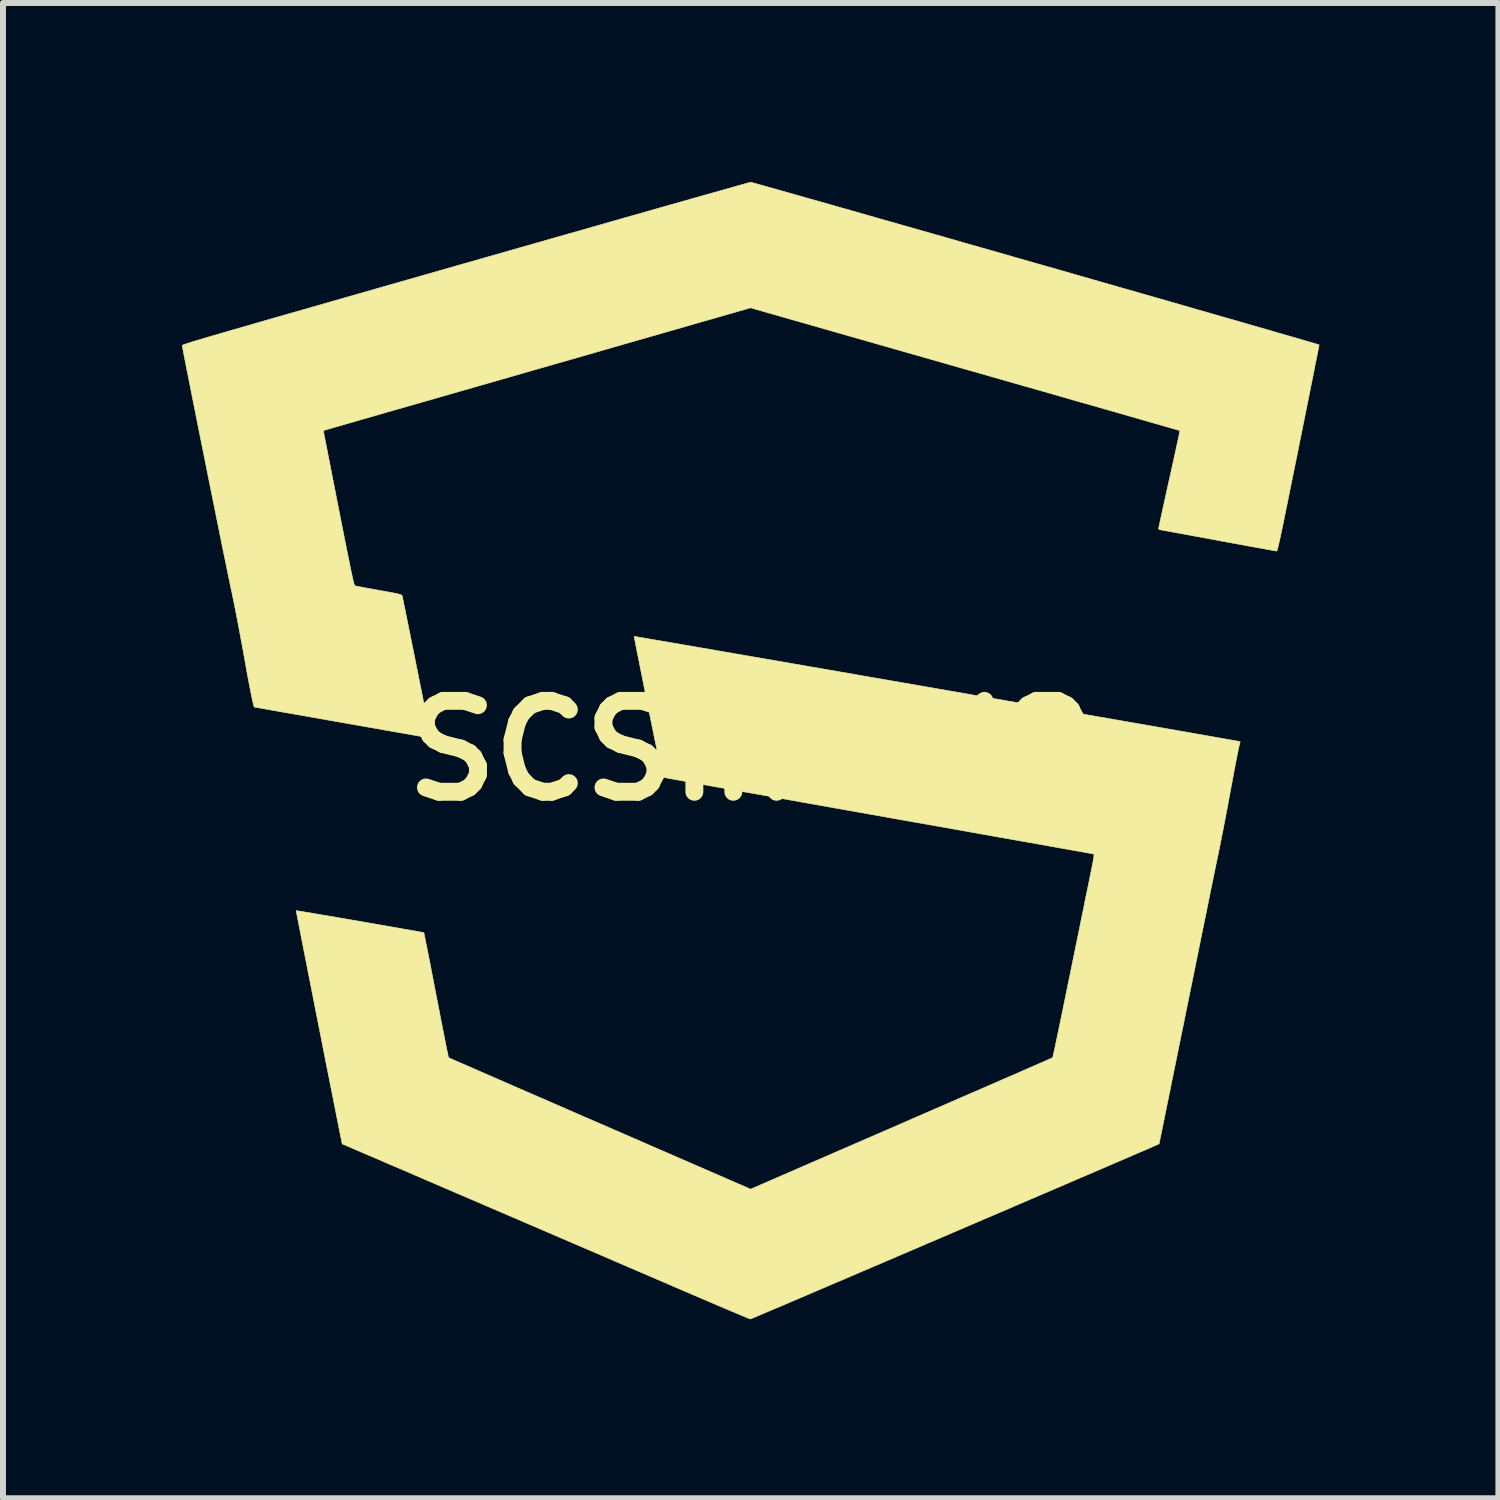
<source format=kicad_pcb>
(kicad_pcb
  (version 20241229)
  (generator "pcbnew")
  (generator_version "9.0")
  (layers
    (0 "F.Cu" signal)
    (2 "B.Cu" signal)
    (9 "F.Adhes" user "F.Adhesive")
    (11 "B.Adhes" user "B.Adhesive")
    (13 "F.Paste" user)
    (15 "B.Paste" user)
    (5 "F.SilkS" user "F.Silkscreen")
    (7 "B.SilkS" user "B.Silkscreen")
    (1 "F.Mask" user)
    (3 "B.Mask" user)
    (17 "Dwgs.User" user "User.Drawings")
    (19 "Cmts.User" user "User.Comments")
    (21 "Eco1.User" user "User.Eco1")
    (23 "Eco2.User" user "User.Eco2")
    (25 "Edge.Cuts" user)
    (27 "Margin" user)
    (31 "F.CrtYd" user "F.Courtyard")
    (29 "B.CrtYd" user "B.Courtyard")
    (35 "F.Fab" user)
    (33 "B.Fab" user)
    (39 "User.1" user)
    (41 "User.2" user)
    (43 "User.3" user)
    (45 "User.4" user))
  (footprint "SCShield2"
    (layer "F.Cu")
    (at 9.534 9.534)
    (property "Reference" "SCShield2" (at 0 0 0) (layer "F.SilkS") (effects (font (size 1.524 1.524) (thickness 0.3))))
    (attr through_hole)
    (fp_poly (pts (xy 1.193 -5.409) (xy 1.359 -5.362) (xy 1.543 -5.31) (xy 1.741 -5.254) (xy 1.952 -5.195) (xy 2.171 -5.133) (xy 2.397 -5.069) (xy 2.627 -5.004) (xy 2.858 -4.939) (xy 3.086 -4.874) (xy 3.31 -4.811) (xy 3.527 -4.749) (xy 3.733 -4.691) (xy 3.854 -4.657) (xy 4.025 -4.609) (xy 4.191 -4.562) (xy 4.35 -4.517) (xy 4.501 -4.474) (xy 4.644 -4.433) (xy 4.776 -4.395) (xy 4.897 -4.361) (xy 5.005 -4.33) (xy 5.1 -4.302) (xy 5.18 -4.279) (xy 5.244 -4.26) (xy 5.291 -4.246) (xy 5.32 -4.237) (xy 5.33 -4.234) (xy 5.329 -4.223) (xy 5.324 -4.193) (xy 5.315 -4.145) (xy 5.303 -4.081) (xy 5.289 -4.002) (xy 5.271 -3.91) (xy 5.251 -3.807) (xy 5.23 -3.693) (xy 5.206 -3.571) (xy 5.181 -3.442) (xy 5.155 -3.308) (xy 5.128 -3.169) (xy 5.1 -3.028) (xy 5.072 -2.886) (xy 5.044 -2.745) (xy 5.017 -2.606) (xy 4.99 -2.47) (xy 4.964 -2.34) (xy 4.939 -2.217) (xy 4.916 -2.101) (xy 4.895 -1.996) (xy 4.875 -1.901) (xy 4.859 -1.82) (xy 4.845 -1.753) (xy 4.834 -1.702) (xy 4.826 -1.668) (xy 4.822 -1.653) (xy 4.822 -1.653) (xy 4.811 -1.654) (xy 4.782 -1.659) (xy 4.735 -1.667) (xy 4.672 -1.678) (xy 4.596 -1.692) (xy 4.507 -1.708) (xy 4.408 -1.726) (xy 4.301 -1.745) (xy 4.186 -1.766) (xy 4.067 -1.788) (xy 3.944 -1.81) (xy 3.819 -1.833) (xy 3.694 -1.856) (xy 3.572 -1.879) (xy 3.453 -1.901) (xy 3.339 -1.922) (xy 3.232 -1.941) (xy 3.134 -1.96) (xy 3.047 -1.976) (xy 2.971 -1.99) (xy 2.91 -2.002) (xy 2.865 -2.011) (xy 2.837 -2.016) (xy 2.828 -2.018) (xy 2.83 -2.029) (xy 2.836 -2.058) (xy 2.846 -2.103) (xy 2.859 -2.161) (xy 2.875 -2.231) (xy 2.893 -2.311) (xy 2.914 -2.397) (xy 2.916 -2.405) (xy 2.936 -2.491) (xy 2.955 -2.571) (xy 2.971 -2.642) (xy 2.985 -2.702) (xy 2.995 -2.748) (xy 3.002 -2.778) (xy 3.004 -2.791) (xy 3.004 -2.791) (xy 2.994 -2.794) (xy 2.964 -2.803) (xy 2.917 -2.817) (xy 2.852 -2.836) (xy 2.772 -2.86) (xy 2.677 -2.888) (xy 2.568 -2.919) (xy 2.447 -2.955) (xy 2.315 -2.994) (xy 2.172 -3.036) (xy 2.02 -3.08) (xy 1.86 -3.127) (xy 1.694 -3.176) (xy 1.521 -3.226) (xy 1.501 -3.233) (xy -0.000378 -3.672) (xy -1.48 -3.233) (xy -1.652 -3.183) (xy -1.818 -3.133) (xy -1.977 -3.086) (xy -2.129 -3.041) (xy -2.271 -2.999) (xy -2.404 -2.959) (xy -2.525 -2.923) (xy -2.634 -2.891) (xy -2.73 -2.863) (xy -2.811 -2.839) (xy -2.876 -2.819) (xy -2.924 -2.805) (xy -2.955 -2.796) (xy -2.966 -2.793) (xy -2.966 -2.792) (xy -2.964 -2.782) (xy -2.959 -2.752) (xy -2.951 -2.704) (xy -2.939 -2.639) (xy -2.923 -2.558) (xy -2.905 -2.463) (xy -2.884 -2.355) (xy -2.861 -2.235) (xy -2.836 -2.104) (xy -2.809 -1.964) (xy -2.78 -1.817) (xy -2.749 -1.662) (xy -2.73 -1.562) (xy -2.696 -1.389) (xy -2.658 -1.199) (xy -2.618 -0.994) (xy -2.575 -0.777) (xy -2.53 -0.551) (xy -2.484 -0.318) (xy -2.438 -0.082) (xy -2.391 0.154) (xy -2.345 0.387) (xy -2.3 0.615) (xy -2.257 0.835) (xy -2.216 1.043) (xy -2.197 1.137) (xy -2.163 1.31) (xy -2.13 1.477) (xy -2.098 1.637) (xy -2.068 1.79) (xy -2.039 1.933) (xy -2.013 2.065) (xy -1.989 2.186) (xy -1.967 2.294) (xy -1.949 2.388) (xy -1.933 2.467) (xy -1.92 2.53) (xy -1.911 2.575) (xy -1.905 2.602) (xy -1.904 2.609) (xy -1.892 2.614) (xy -1.863 2.627) (xy -1.818 2.646) (xy -1.758 2.672) (xy -1.685 2.703) (xy -1.601 2.738) (xy -1.507 2.778) (xy -1.405 2.821) (xy -1.297 2.867) (xy -1.184 2.915) (xy -1.067 2.964) (xy -0.949 3.013) (xy -0.831 3.063) (xy -0.715 3.112) (xy -0.602 3.159) (xy -0.494 3.204) (xy -0.392 3.247) (xy -0.299 3.286) (xy -0.215 3.321) (xy -0.143 3.351) (xy -0.083 3.375) (xy -0.039 3.394) (xy -0.011 3.405) (xy -0.000245 3.409) (xy 0.012 3.405) (xy 0.042 3.393) (xy 0.088 3.375) (xy 0.149 3.35) (xy 0.222 3.319) (xy 0.307 3.284) (xy 0.401 3.244) (xy 0.504 3.201) (xy 0.613 3.155) (xy 0.726 3.107) (xy 0.843 3.058) (xy 0.961 3.007) (xy 1.079 2.957) (xy 1.195 2.908) (xy 1.308 2.859) (xy 1.415 2.813) (xy 1.516 2.77) (xy 1.609 2.73) (xy 1.692 2.694) (xy 1.763 2.663) (xy 1.821 2.637) (xy 1.865 2.618) (xy 1.892 2.605) (xy 1.901 2.6) (xy 1.905 2.587) (xy 1.913 2.555) (xy 1.923 2.508) (xy 1.935 2.449) (xy 1.949 2.38) (xy 1.963 2.305) (xy 1.963 2.304) (xy 1.979 2.22) (xy 1.991 2.155) (xy 2.001 2.105) (xy 2.01 2.07) (xy 2.016 2.046) (xy 2.022 2.032) (xy 2.028 2.025) (xy 2.035 2.023) (xy 2.037 2.022) (xy 2.052 2.024) (xy 2.086 2.029) (xy 2.136 2.037) (xy 2.202 2.048) (xy 2.282 2.061) (xy 2.373 2.075) (xy 2.474 2.092) (xy 2.583 2.11) (xy 2.699 2.129) (xy 2.819 2.15) (xy 2.943 2.17) (xy 3.067 2.191) (xy 3.191 2.212) (xy 3.312 2.232) (xy 3.43 2.252) (xy 3.541 2.271) (xy 3.645 2.289) (xy 3.739 2.305) (xy 3.822 2.32) (xy 3.892 2.332) (xy 3.947 2.342) (xy 3.986 2.349) (xy 4.006 2.353) (xy 4.009 2.354) (xy 4.008 2.365) (xy 4.003 2.395) (xy 3.995 2.442) (xy 3.983 2.503) (xy 3.969 2.578) (xy 3.953 2.664) (xy 3.935 2.76) (xy 3.915 2.862) (xy 3.894 2.97) (xy 3.872 3.082) (xy 3.85 3.195) (xy 3.827 3.308) (xy 3.805 3.419) (xy 3.784 3.525) (xy 3.764 3.626) (xy 3.745 3.718) (xy 3.728 3.8) (xy 3.714 3.871) (xy 3.702 3.928) (xy 3.693 3.969) (xy 3.687 3.993) (xy 3.685 3.997) (xy 3.676 4.007) (xy 3.654 4.02) (xy 3.617 4.039) (xy 3.565 4.064) (xy 3.496 4.095) (xy 3.409 4.133) (xy 3.366 4.152) (xy 3.32 4.172) (xy 3.256 4.199) (xy 3.176 4.234) (xy 3.08 4.275) (xy 2.97 4.322) (xy 2.847 4.375) (xy 2.713 4.433) (xy 2.569 4.495) (xy 2.416 4.56) (xy 2.256 4.629) (xy 2.089 4.701) (xy 1.919 4.774) (xy 1.745 4.849) (xy 1.568 4.925) (xy 1.535 4.939) (xy 1.365 5.012) (xy 1.199 5.083) (xy 1.041 5.152) (xy 0.889 5.217) (xy 0.746 5.279) (xy 0.612 5.336) (xy 0.489 5.389) (xy 0.377 5.437) (xy 0.278 5.479) (xy 0.193 5.516) (xy 0.122 5.546) (xy 0.067 5.57) (xy 0.029 5.586) (xy 0.008 5.595) (xy 0.005 5.596) (xy -0.005 5.592) (xy -0.034 5.58) (xy -0.081 5.561) (xy -0.144 5.534) (xy -0.223 5.501) (xy -0.316 5.461) (xy -0.423 5.415) (xy -0.543 5.363) (xy -0.674 5.307) (xy -0.817 5.245) (xy -0.969 5.18) (xy -1.129 5.11) (xy -1.298 5.037) (xy -1.474 4.961) (xy -1.656 4.882) (xy -1.816 4.812) (xy -2.002 4.731) (xy -2.183 4.652) (xy -2.358 4.576) (xy -2.526 4.503) (xy -2.686 4.433) (xy -2.836 4.368) (xy -2.977 4.306) (xy -3.107 4.25) (xy -3.225 4.198) (xy -3.331 4.152) (xy -3.422 4.112) (xy -3.499 4.078) (xy -3.56 4.051) (xy -3.604 4.032) (xy -3.631 4.02) (xy -3.639 4.016) (xy -3.643 4.005) (xy -3.65 3.974) (xy -3.662 3.925) (xy -3.676 3.86) (xy -3.693 3.781) (xy -3.713 3.687) (xy -3.735 3.582) (xy -3.759 3.466) (xy -3.784 3.342) (xy -3.811 3.209) (xy -3.839 3.071) (xy -3.842 3.055) (xy -3.86 2.963) (xy -3.88 2.866) (xy -3.901 2.762) (xy -3.923 2.651) (xy -3.947 2.531) (xy -3.972 2.404) (xy -4 2.267) (xy -4.029 2.121) (xy -4.06 1.965) (xy -4.094 1.798) (xy -4.13 1.621) (xy -4.168 1.431) (xy -4.208 1.229) (xy -4.251 1.015) (xy -4.297 0.787) (xy -4.345 0.545) (xy -4.397 0.289) (xy -4.451 0.018) (xy -4.509 -0.268) (xy -4.57 -0.571) (xy -4.634 -0.89) (xy -4.701 -1.226) (xy -4.772 -1.58) (xy -4.847 -1.952) (xy -4.926 -2.343) (xy -5.008 -2.754) (xy -5.095 -3.184) (xy -5.151 -3.467) (xy -5.176 -3.591) (xy -5.2 -3.709) (xy -5.221 -3.819) (xy -5.241 -3.919) (xy -5.258 -4.009) (xy -5.272 -4.086) (xy -5.283 -4.149) (xy -5.292 -4.196) (xy -5.296 -4.225) (xy -5.297 -4.236) (xy -5.285 -4.24) (xy -5.255 -4.25) (xy -5.211 -4.263) (xy -5.155 -4.28) (xy -5.09 -4.298) (xy -5.034 -4.314) (xy -5.001 -4.324) (xy -4.947 -4.339) (xy -4.876 -4.359) (xy -4.787 -4.384) (xy -4.682 -4.414) (xy -4.562 -4.448) (xy -4.427 -4.486) (xy -4.279 -4.529) (xy -4.119 -4.574) (xy -3.948 -4.623) (xy -3.767 -4.674) (xy -3.576 -4.729) (xy -3.377 -4.785) (xy -3.172 -4.844) (xy -2.96 -4.904) (xy -2.743 -4.966) (xy -2.522 -5.029) (xy -2.39 -5.066) (xy -0.001 -5.747) (xy 1.193 -5.409)) (stroke (width 0.01) (type solid)) (fill yes) (layer "F.Mask"))
    (fp_poly (pts (xy 0.012 -9.526) (xy 0.044 -9.518) (xy 0.095 -9.504) (xy 0.163 -9.485) (xy 0.249 -9.461) (xy 0.351 -9.432) (xy 0.469 -9.399) (xy 0.602 -9.361) (xy 0.749 -9.32) (xy 0.909 -9.274) (xy 1.082 -9.225) (xy 1.267 -9.173) (xy 1.462 -9.117) (xy 1.668 -9.059) (xy 1.884 -8.997) (xy 2.108 -8.933) (xy 2.34 -8.867) (xy 2.58 -8.799) (xy 2.826 -8.729) (xy 3.077 -8.657) (xy 3.334 -8.584) (xy 3.594 -8.509) (xy 3.858 -8.434) (xy 4.125 -8.358) (xy 4.393 -8.281) (xy 4.663 -8.204) (xy 4.932 -8.127) (xy 5.202 -8.05) (xy 5.47 -7.973) (xy 5.736 -7.897) (xy 5.999 -7.821) (xy 6.259 -7.747) (xy 6.514 -7.674) (xy 6.764 -7.602) (xy 7.009 -7.532) (xy 7.246 -7.464) (xy 7.477 -7.397) (xy 7.699 -7.334) (xy 7.912 -7.272) (xy 8.116 -7.214) (xy 8.309 -7.158) (xy 8.491 -7.106) (xy 8.661 -7.057) (xy 8.818 -7.011) (xy 8.961 -6.97) (xy 9.09 -6.932) (xy 9.205 -6.899) (xy 9.303 -6.87) (xy 9.384 -6.847) (xy 9.449 -6.828) (xy 9.495 -6.814) (xy 9.522 -6.805) (xy 9.53 -6.803) (xy 9.528 -6.791) (xy 9.522 -6.76) (xy 9.512 -6.711) (xy 9.499 -6.644) (xy 9.482 -6.56) (xy 9.462 -6.461) (xy 9.44 -6.348) (xy 9.415 -6.222) (xy 9.387 -6.084) (xy 9.357 -5.934) (xy 9.325 -5.775) (xy 9.291 -5.607) (xy 9.256 -5.432) (xy 9.219 -5.249) (xy 9.183 -5.069) (xy 9.137 -4.842) (xy 9.095 -4.636) (xy 9.057 -4.448) (xy 9.023 -4.279) (xy 8.992 -4.127) (xy 8.964 -3.991) (xy 8.94 -3.871) (xy 8.918 -3.766) (xy 8.899 -3.675) (xy 8.882 -3.597) (xy 8.868 -3.532) (xy 8.856 -3.478) (xy 8.846 -3.434) (xy 8.837 -3.4) (xy 8.831 -3.376) (xy 8.826 -3.359) (xy 8.822 -3.349) (xy 8.819 -3.346) (xy 8.819 -3.346) (xy 8.806 -3.348) (xy 8.774 -3.353) (xy 8.724 -3.362) (xy 8.658 -3.374) (xy 8.577 -3.389) (xy 8.482 -3.406) (xy 8.375 -3.425) (xy 8.258 -3.447) (xy 8.132 -3.47) (xy 7.999 -3.494) (xy 7.859 -3.52) (xy 7.83 -3.526) (xy 7.689 -3.552) (xy 7.554 -3.577) (xy 7.427 -3.6) (xy 7.309 -3.622) (xy 7.201 -3.642) (xy 7.104 -3.659) (xy 7.021 -3.675) (xy 6.952 -3.687) (xy 6.9 -3.697) (xy 6.865 -3.703) (xy 6.849 -3.706) (xy 6.849 -3.706) (xy 6.841 -3.714) (xy 6.84 -3.725) (xy 6.842 -3.738) (xy 6.848 -3.77) (xy 6.859 -3.819) (xy 6.873 -3.885) (xy 6.89 -3.964) (xy 6.91 -4.057) (xy 6.933 -4.16) (xy 6.958 -4.272) (xy 6.984 -4.393) (xy 7.012 -4.519) (xy 7.02 -4.552) (xy 7.048 -4.68) (xy 7.075 -4.801) (xy 7.1 -4.915) (xy 7.123 -5.019) (xy 7.143 -5.113) (xy 7.161 -5.194) (xy 7.175 -5.261) (xy 7.186 -5.313) (xy 7.193 -5.348) (xy 7.196 -5.364) (xy 7.196 -5.365) (xy 7.185 -5.368) (xy 7.156 -5.377) (xy 7.107 -5.391) (xy 7.04 -5.41) (xy 6.955 -5.435) (xy 6.854 -5.464) (xy 6.737 -5.497) (xy 6.604 -5.535) (xy 6.457 -5.578) (xy 6.296 -5.624) (xy 6.122 -5.674) (xy 5.936 -5.727) (xy 5.738 -5.784) (xy 5.529 -5.843) (xy 5.31 -5.906) (xy 5.081 -5.972) (xy 4.844 -6.04) (xy 4.598 -6.11) (xy 4.345 -6.182) (xy 4.086 -6.256) (xy 3.821 -6.332) (xy 3.595 -6.396) (xy -0.002 -7.424) (xy -0.242 -7.355) (xy -0.275 -7.345) (xy -0.329 -7.33) (xy -0.4 -7.31) (xy -0.488 -7.284) (xy -0.592 -7.254) (xy -0.712 -7.22) (xy -0.845 -7.182) (xy -0.991 -7.14) (xy -1.148 -7.094) (xy -1.317 -7.046) (xy -1.494 -6.995) (xy -1.68 -6.942) (xy -1.874 -6.886) (xy -2.074 -6.829) (xy -2.278 -6.77) (xy -2.487 -6.71) (xy -2.626 -6.67) (xy -2.991 -6.565) (xy -3.336 -6.466) (xy -3.662 -6.373) (xy -3.969 -6.284) (xy -4.258 -6.201) (xy -4.53 -6.123) (xy -4.784 -6.05) (xy -5.022 -5.982) (xy -5.243 -5.918) (xy -5.45 -5.859) (xy -5.641 -5.804) (xy -5.818 -5.753) (xy -5.981 -5.707) (xy -6.13 -5.664) (xy -6.267 -5.624) (xy -6.392 -5.588) (xy -6.505 -5.556) (xy -6.607 -5.527) (xy -6.698 -5.5) (xy -6.779 -5.477) (xy -6.851 -5.456) (xy -6.913 -5.438) (xy -6.967 -5.423) (xy -7.013 -5.409) (xy -7.052 -5.398) (xy -7.084 -5.389) (xy -7.11 -5.381) (xy -7.13 -5.375) (xy -7.145 -5.371) (xy -7.155 -5.368) (xy -7.161 -5.366) (xy -7.163 -5.365) (xy -7.163 -5.365) (xy -7.161 -5.355) (xy -7.156 -5.325) (xy -7.147 -5.276) (xy -7.134 -5.211) (xy -7.118 -5.13) (xy -7.099 -5.034) (xy -7.078 -4.925) (xy -7.054 -4.804) (xy -7.029 -4.673) (xy -7.001 -4.531) (xy -6.971 -4.382) (xy -6.941 -4.225) (xy -6.909 -4.066) (xy -6.872 -3.876) (xy -6.838 -3.704) (xy -6.808 -3.552) (xy -6.781 -3.417) (xy -6.757 -3.298) (xy -6.736 -3.195) (xy -6.718 -3.106) (xy -6.703 -3.031) (xy -6.689 -2.967) (xy -6.678 -2.915) (xy -6.669 -2.872) (xy -6.66 -2.839) (xy -6.654 -2.813) (xy -6.648 -2.794) (xy -6.643 -2.781) (xy -6.639 -2.772) (xy -6.635 -2.767) (xy -6.631 -2.764) (xy -6.627 -2.762) (xy -6.611 -2.759) (xy -6.577 -2.752) (xy -6.526 -2.742) (xy -6.463 -2.73) (xy -6.389 -2.717) (xy -6.307 -2.702) (xy -6.227 -2.687) (xy -6.127 -2.67) (xy -6.047 -2.655) (xy -5.983 -2.643) (xy -5.934 -2.633) (xy -5.898 -2.624) (xy -5.873 -2.617) (xy -5.857 -2.611) (xy -5.848 -2.605) (xy -5.843 -2.599) (xy -5.843 -2.599) (xy -5.84 -2.587) (xy -5.833 -2.555) (xy -5.823 -2.505) (xy -5.81 -2.44) (xy -5.793 -2.36) (xy -5.775 -2.268) (xy -5.754 -2.165) (xy -5.731 -2.052) (xy -5.706 -1.931) (xy -5.681 -1.803) (xy -5.654 -1.672) (xy -5.627 -1.537) (xy -5.6 -1.4) (xy -5.572 -1.264) (xy -5.546 -1.129) (xy -5.519 -0.998) (xy -5.494 -0.872) (xy -5.471 -0.752) (xy -5.448 -0.641) (xy -5.428 -0.539) (xy -5.411 -0.449) (xy -5.396 -0.372) (xy -5.383 -0.309) (xy -5.375 -0.263) (xy -5.369 -0.234) (xy -5.368 -0.225) (xy -5.373 -0.213) (xy -5.376 -0.213) (xy -5.387 -0.215) (xy -5.418 -0.22) (xy -5.467 -0.229) (xy -5.534 -0.24) (xy -5.617 -0.255) (xy -5.714 -0.272) (xy -5.826 -0.292) (xy -5.95 -0.313) (xy -6.085 -0.337) (xy -6.231 -0.363) (xy -6.385 -0.39) (xy -6.547 -0.418) (xy -6.716 -0.448) (xy -6.85 -0.472) (xy -7.023 -0.502) (xy -7.191 -0.532) (xy -7.351 -0.56) (xy -7.503 -0.587) (xy -7.646 -0.612) (xy -7.779 -0.635) (xy -7.899 -0.656) (xy -8.007 -0.675) (xy -8.101 -0.692) (xy -8.18 -0.706) (xy -8.242 -0.717) (xy -8.286 -0.725) (xy -8.312 -0.729) (xy -8.319 -0.73) (xy -8.325 -0.74) (xy -8.333 -0.766) (xy -8.344 -0.81) (xy -8.358 -0.873) (xy -8.375 -0.954) (xy -8.394 -1.054) (xy -8.417 -1.173) (xy -8.443 -1.312) (xy -8.471 -1.471) (xy -8.492 -1.587) (xy -8.516 -1.721) (xy -8.542 -1.859) (xy -8.568 -1.999) (xy -8.594 -2.137) (xy -8.62 -2.27) (xy -8.644 -2.394) (xy -8.667 -2.508) (xy -8.687 -2.606) (xy -8.704 -2.687) (xy -8.705 -2.688) (xy -8.715 -2.735) (xy -8.728 -2.8) (xy -8.745 -2.881) (xy -8.765 -2.977) (xy -8.787 -3.086) (xy -8.812 -3.208) (xy -8.84 -3.341) (xy -8.869 -3.485) (xy -8.9 -3.637) (xy -8.932 -3.797) (xy -8.966 -3.964) (xy -9 -4.135) (xy -9.036 -4.311) (xy -9.072 -4.489) (xy -9.108 -4.669) (xy -9.144 -4.849) (xy -9.18 -5.029) (xy -9.216 -5.206) (xy -9.251 -5.38) (xy -9.285 -5.55) (xy -9.317 -5.714) (xy -9.349 -5.871) (xy -9.378 -6.019) (xy -9.406 -6.159) (xy -9.431 -6.287) (xy -9.455 -6.404) (xy -9.475 -6.508) (xy -9.493 -6.598) (xy -9.507 -6.672) (xy -9.518 -6.73) (xy -9.525 -6.769) (xy -9.529 -6.79) (xy -9.529 -6.792) (xy -9.528 -6.794) (xy -9.524 -6.797) (xy -9.517 -6.8) (xy -9.507 -6.805) (xy -9.492 -6.81) (xy -9.472 -6.817) (xy -9.448 -6.826) (xy -9.417 -6.835) (xy -9.38 -6.847) (xy -9.336 -6.861) (xy -9.285 -6.876) (xy -9.225 -6.894) (xy -9.158 -6.914) (xy -9.081 -6.937) (xy -8.994 -6.962) (xy -8.898 -6.99) (xy -8.791 -7.021) (xy -8.672 -7.056) (xy -8.542 -7.093) (xy -8.4 -7.134) (xy -8.245 -7.179) (xy -8.076 -7.228) (xy -7.894 -7.28) (xy -7.697 -7.336) (xy -7.485 -7.397) (xy -7.258 -7.462) (xy -7.015 -7.532) (xy -6.755 -7.606) (xy -6.479 -7.685) (xy -6.184 -7.77) (xy -5.871 -7.859) (xy -5.54 -7.954) (xy -5.19 -8.054) (xy -4.819 -8.16) (xy -4.778 -8.171) (xy -4.468 -8.26) (xy -4.162 -8.347) (xy -3.863 -8.433) (xy -3.57 -8.516) (xy -3.284 -8.598) (xy -3.005 -8.677) (xy -2.735 -8.754) (xy -2.473 -8.829) (xy -2.221 -8.901) (xy -1.979 -8.97) (xy -1.748 -9.035) (xy -1.529 -9.098) (xy -1.321 -9.157) (xy -1.126 -9.212) (xy -0.944 -9.264) (xy -0.777 -9.311) (xy -0.624 -9.354) (xy -0.486 -9.393) (xy -0.364 -9.428) (xy -0.258 -9.458) (xy -0.17 -9.482) (xy -0.099 -9.502) (xy -0.047 -9.517) (xy -0.014 -9.526) (xy -0.0002 -9.529) (xy 0.000027 -9.529) (xy 0.012 -9.526)) (stroke (width 0.01) (type solid)) (fill yes) (layer "F.SilkS"))
    (fp_poly (pts (xy -1.942 -1.914) (xy -1.911 -1.909) (xy -1.861 -1.9) (xy -1.793 -1.889) (xy -1.707 -1.874) (xy -1.603 -1.856) (xy -1.484 -1.836) (xy -1.349 -1.813) (xy -1.199 -1.787) (xy -1.036 -1.759) (xy -0.859 -1.728) (xy -0.67 -1.696) (xy -0.469 -1.661) (xy -0.258 -1.624) (xy -0.036 -1.586) (xy 0.195 -1.546) (xy 0.434 -1.505) (xy 0.681 -1.462) (xy 0.935 -1.418) (xy 1.195 -1.373) (xy 1.461 -1.327) (xy 1.731 -1.28) (xy 2.005 -1.232) (xy 2.282 -1.184) (xy 2.562 -1.136) (xy 2.843 -1.087) (xy 3.124 -1.038) (xy 3.406 -0.989) (xy 3.687 -0.94) (xy 3.967 -0.892) (xy 4.244 -0.844) (xy 4.518 -0.796) (xy 4.788 -0.749) (xy 5.054 -0.703) (xy 5.314 -0.657) (xy 5.568 -0.613) (xy 5.815 -0.57) (xy 6.055 -0.529) (xy 6.286 -0.488) (xy 6.507 -0.45) (xy 6.719 -0.413) (xy 6.92 -0.378) (xy 7.109 -0.345) (xy 7.286 -0.314) (xy 7.45 -0.285) (xy 7.599 -0.259) (xy 7.734 -0.235) (xy 7.854 -0.214) (xy 7.958 -0.196) (xy 8.044 -0.181) (xy 8.113 -0.169) (xy 8.163 -0.16) (xy 8.194 -0.154) (xy 8.205 -0.152) (xy 8.205 -0.152) (xy 8.204 -0.14) (xy 8.198 -0.115) (xy 8.192 -0.092) (xy 8.187 -0.073) (xy 8.178 -0.034) (xy 8.167 0.022) (xy 8.153 0.093) (xy 8.136 0.177) (xy 8.118 0.273) (xy 8.098 0.378) (xy 8.077 0.49) (xy 8.055 0.608) (xy 8.046 0.656) (xy 8.021 0.789) (xy 7.996 0.927) (xy 7.969 1.066) (xy 7.943 1.205) (xy 7.917 1.338) (xy 7.892 1.463) (xy 7.87 1.577) (xy 7.85 1.676) (xy 7.835 1.747) (xy 7.825 1.796) (xy 7.81 1.865) (xy 7.792 1.953) (xy 7.771 2.057) (xy 7.746 2.178) (xy 7.718 2.313) (xy 7.688 2.462) (xy 7.655 2.624) (xy 7.62 2.797) (xy 7.582 2.98) (xy 7.543 3.171) (xy 7.503 3.371) (xy 7.461 3.576) (xy 7.418 3.788) (xy 7.374 4.003) (xy 7.33 4.221) (xy 7.3 4.367) (xy 7.257 4.581) (xy 7.214 4.788) (xy 7.173 4.99) (xy 7.134 5.183) (xy 7.096 5.369) (xy 7.06 5.545) (xy 7.027 5.71) (xy 6.995 5.865) (xy 6.966 6.007) (xy 6.94 6.136) (xy 6.917 6.251) (xy 6.896 6.351) (xy 6.879 6.435) (xy 6.865 6.502) (xy 6.855 6.551) (xy 6.849 6.581) (xy 6.847 6.592) (xy 6.847 6.592) (xy 6.834 6.597) (xy 6.804 6.611) (xy 6.755 6.632) (xy 6.69 6.661) (xy 6.609 6.696) (xy 6.512 6.737) (xy 6.402 6.785) (xy 6.278 6.839) (xy 6.141 6.897) (xy 5.993 6.961) (xy 5.833 7.03) (xy 5.664 7.103) (xy 5.485 7.179) (xy 5.298 7.26) (xy 5.104 7.343) (xy 4.903 7.429) (xy 4.696 7.518) (xy 4.484 7.609) (xy 4.269 7.702) (xy 4.05 7.795) (xy 3.828 7.89) (xy 3.605 7.986) (xy 3.381 8.082) (xy 3.158 8.178) (xy 2.935 8.273) (xy 2.714 8.368) (xy 2.496 8.461) (xy 2.282 8.553) (xy 2.072 8.643) (xy 1.867 8.73) (xy 1.668 8.816) (xy 1.476 8.898) (xy 1.292 8.976) (xy 1.117 9.051) (xy 0.951 9.122) (xy 0.795 9.189) (xy 0.651 9.25) (xy 0.519 9.307) (xy 0.399 9.357) (xy 0.293 9.402) (xy 0.202 9.441) (xy 0.127 9.473) (xy 0.067 9.498) (xy 0.025 9.516) (xy 0.001 9.526) (xy -0.005 9.528) (xy -0.017 9.524) (xy -0.048 9.512) (xy -0.095 9.492) (xy -0.159 9.465) (xy -0.238 9.432) (xy -0.331 9.393) (xy -0.437 9.348) (xy -0.555 9.298) (xy -0.683 9.243) (xy -0.821 9.184) (xy -0.968 9.121) (xy -1.122 9.055) (xy -1.283 8.986) (xy -1.449 8.914) (xy -1.482 8.9) (xy -1.651 8.827) (xy -1.838 8.747) (xy -2.04 8.66) (xy -2.254 8.568) (xy -2.48 8.47) (xy -2.715 8.369) (xy -2.957 8.265) (xy -3.203 8.159) (xy -3.452 8.052) (xy -3.701 7.945) (xy -3.949 7.838) (xy -4.194 7.733) (xy -4.432 7.631) (xy -4.662 7.531) (xy -4.883 7.437) (xy -4.892 7.433) (xy -5.085 7.35) (xy -5.273 7.269) (xy -5.455 7.191) (xy -5.63 7.115) (xy -5.797 7.043) (xy -5.956 6.975) (xy -6.104 6.912) (xy -6.241 6.852) (xy -6.367 6.798) (xy -6.481 6.75) (xy -6.581 6.707) (xy -6.666 6.67) (xy -6.736 6.64) (xy -6.79 6.616) (xy -6.826 6.601) (xy -6.845 6.593) (xy -6.847 6.592) (xy -6.849 6.581) (xy -6.856 6.551) (xy -6.865 6.503) (xy -6.879 6.438) (xy -6.895 6.357) (xy -6.914 6.261) (xy -6.936 6.152) (xy -6.96 6.03) (xy -6.986 5.898) (xy -7.014 5.757) (xy -7.044 5.607) (xy -7.075 5.449) (xy -7.108 5.286) (xy -7.141 5.118) (xy -7.175 4.947) (xy -7.209 4.774) (xy -7.243 4.599) (xy -7.278 4.425) (xy -7.312 4.252) (xy -7.345 4.082) (xy -7.378 3.916) (xy -7.41 3.755) (xy -7.44 3.601) (xy -7.469 3.454) (xy -7.496 3.317) (xy -7.521 3.189) (xy -7.544 3.073) (xy -7.564 2.97) (xy -7.581 2.88) (xy -7.596 2.806) (xy -7.607 2.747) (xy -7.615 2.707) (xy -7.619 2.685) (xy -7.619 2.682) (xy -7.608 2.683) (xy -7.579 2.688) (xy -7.531 2.695) (xy -7.468 2.706) (xy -7.391 2.718) (xy -7.301 2.734) (xy -7.201 2.751) (xy -7.091 2.769) (xy -6.974 2.789) (xy -6.852 2.81) (xy -6.725 2.832) (xy -6.596 2.854) (xy -6.467 2.877) (xy -6.338 2.899) (xy -6.213 2.921) (xy -6.092 2.942) (xy -5.977 2.962) (xy -5.869 2.981) (xy -5.772 2.998) (xy -5.685 3.013) (xy -5.611 3.026) (xy -5.552 3.037) (xy -5.51 3.045) (xy -5.485 3.05) (xy -5.479 3.051) (xy -5.476 3.062) (xy -5.47 3.093) (xy -5.46 3.141) (xy -5.447 3.206) (xy -5.431 3.286) (xy -5.412 3.38) (xy -5.391 3.486) (xy -5.368 3.603) (xy -5.344 3.73) (xy -5.318 3.865) (xy -5.29 4.007) (xy -5.273 4.098) (xy -5.244 4.243) (xy -5.217 4.383) (xy -5.192 4.515) (xy -5.167 4.639) (xy -5.145 4.752) (xy -5.125 4.854) (xy -5.107 4.943) (xy -5.092 5.018) (xy -5.079 5.077) (xy -5.071 5.118) (xy -5.065 5.142) (xy -5.064 5.146) (xy -5.053 5.151) (xy -5.024 5.164) (xy -4.978 5.185) (xy -4.914 5.213) (xy -4.834 5.248) (xy -4.739 5.289) (xy -4.629 5.337) (xy -4.506 5.391) (xy -4.369 5.451) (xy -4.22 5.516) (xy -4.06 5.585) (xy -3.89 5.66) (xy -3.71 5.738) (xy -3.52 5.82) (xy -3.323 5.906) (xy -3.119 5.995) (xy -2.908 6.087) (xy -2.691 6.181) (xy -2.528 6.252) (xy -0.001 7.351) (xy 2.528 6.252) (xy 2.748 6.156) (xy 2.963 6.062) (xy 3.173 5.971) (xy 3.375 5.883) (xy 3.57 5.798) (xy 3.757 5.717) (xy 3.935 5.64) (xy 4.103 5.567) (xy 4.26 5.498) (xy 4.406 5.435) (xy 4.539 5.377) (xy 4.659 5.324) (xy 4.765 5.278) (xy 4.856 5.238) (xy 4.932 5.205) (xy 4.991 5.179) (xy 5.033 5.16) (xy 5.057 5.149) (xy 5.063 5.147) (xy 5.066 5.136) (xy 5.073 5.105) (xy 5.084 5.056) (xy 5.098 4.991) (xy 5.115 4.91) (xy 5.135 4.814) (xy 5.158 4.706) (xy 5.183 4.586) (xy 5.21 4.455) (xy 5.239 4.315) (xy 5.269 4.168) (xy 5.301 4.013) (xy 5.32 3.917) (xy 5.355 3.748) (xy 5.39 3.578) (xy 5.425 3.407) (xy 5.459 3.239) (xy 5.493 3.075) (xy 5.525 2.917) (xy 5.555 2.768) (xy 5.584 2.629) (xy 5.609 2.502) (xy 5.632 2.391) (xy 5.652 2.295) (xy 5.668 2.219) (xy 5.668 2.215) (xy 5.691 2.103) (xy 5.71 2.01) (xy 5.725 1.934) (xy 5.737 1.873) (xy 5.746 1.826) (xy 5.751 1.791) (xy 5.755 1.766) (xy 5.755 1.75) (xy 5.754 1.739) (xy 5.751 1.734) (xy 5.747 1.732) (xy 5.744 1.731) (xy 5.732 1.729) (xy 5.7 1.723) (xy 5.649 1.714) (xy 5.58 1.701) (xy 5.493 1.686) (xy 5.391 1.668) (xy 5.274 1.647) (xy 5.143 1.624) (xy 4.999 1.598) (xy 4.842 1.57) (xy 4.675 1.54) (xy 4.497 1.509) (xy 4.31 1.476) (xy 4.115 1.441) (xy 3.913 1.405) (xy 3.704 1.368) (xy 3.51 1.333) (xy 3.114 1.263) (xy 2.739 1.197) (xy 2.384 1.134) (xy 2.048 1.074) (xy 1.731 1.018) (xy 1.432 0.965) (xy 1.152 0.915) (xy 0.888 0.868) (xy 0.642 0.824) (xy 0.412 0.783) (xy 0.199 0.745) (xy 0.000251 0.71) (xy -0.183 0.678) (xy -0.352 0.647) (xy -0.507 0.62) (xy -0.648 0.595) (xy -0.776 0.572) (xy -0.892 0.551) (xy -0.995 0.532) (xy -1.087 0.516) (xy -1.168 0.501) (xy -1.238 0.489) (xy -1.298 0.478) (xy -1.348 0.469) (xy -1.39 0.461) (xy -1.422 0.455) (xy -1.447 0.45) (xy -1.463 0.447) (xy -1.473 0.445) (xy -1.476 0.444) (xy -1.478 0.433) (xy -1.485 0.403) (xy -1.495 0.355) (xy -1.509 0.292) (xy -1.525 0.214) (xy -1.544 0.123) (xy -1.565 0.021) (xy -1.587 -0.09) (xy -1.612 -0.21) (xy -1.637 -0.336) (xy -1.664 -0.466) (xy -1.691 -0.6) (xy -1.718 -0.735) (xy -1.746 -0.871) (xy -1.773 -1.004) (xy -1.799 -1.135) (xy -1.824 -1.261) (xy -1.848 -1.38) (xy -1.87 -1.492) (xy -1.891 -1.594) (xy -1.909 -1.684) (xy -1.924 -1.763) (xy -1.936 -1.826) (xy -1.946 -1.874) (xy -1.951 -1.904) (xy -1.953 -1.915) (xy -1.953 -1.915) (xy -1.942 -1.914)) (stroke (width 0.01) (type solid)) (fill yes) (layer "F.SilkS")))
  (gr_rect
    (start -3 -3)
    (end 22.069 22.067)
    (stroke (width 0.1) (type default))
    (fill no)
    (layer "Edge.Cuts")))
</source>
